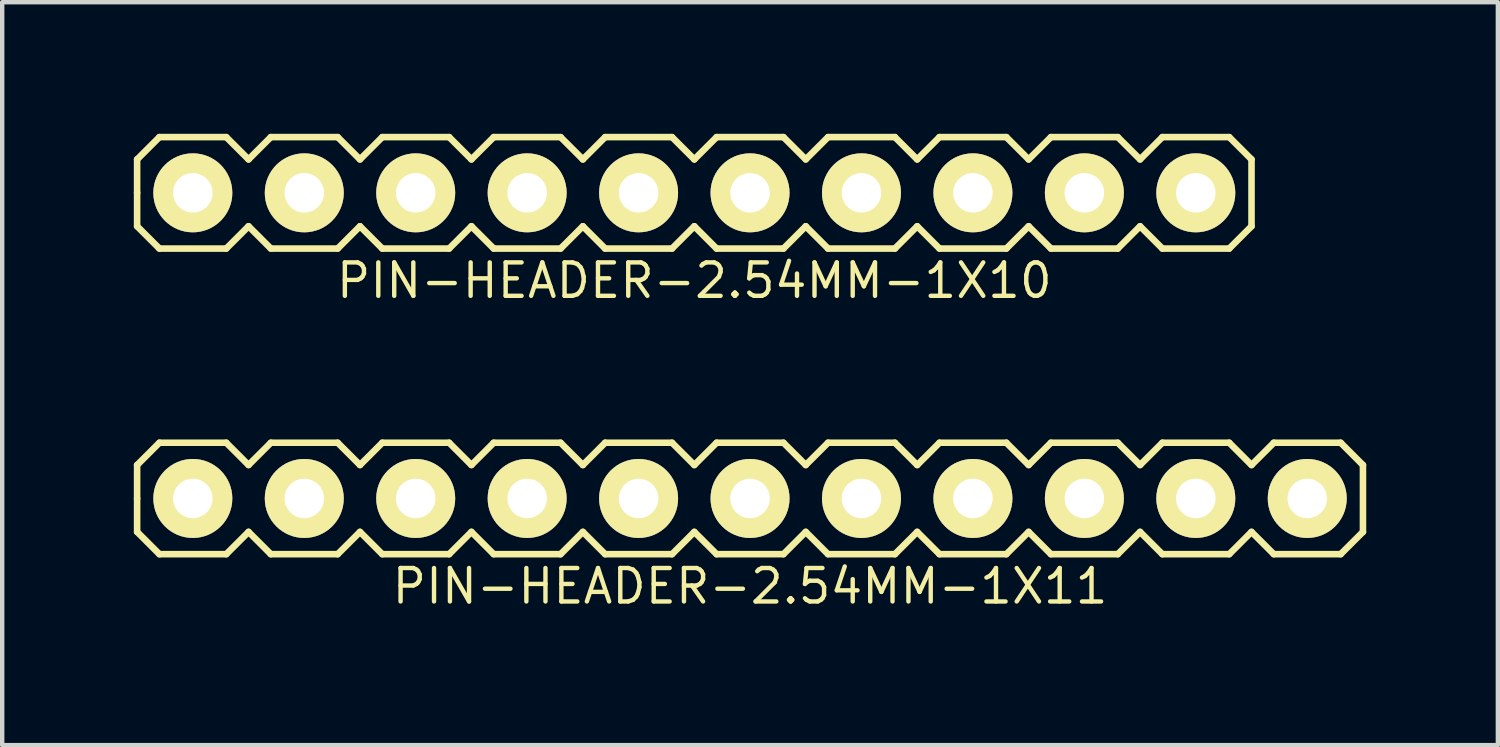
<source format=kicad_pcb>
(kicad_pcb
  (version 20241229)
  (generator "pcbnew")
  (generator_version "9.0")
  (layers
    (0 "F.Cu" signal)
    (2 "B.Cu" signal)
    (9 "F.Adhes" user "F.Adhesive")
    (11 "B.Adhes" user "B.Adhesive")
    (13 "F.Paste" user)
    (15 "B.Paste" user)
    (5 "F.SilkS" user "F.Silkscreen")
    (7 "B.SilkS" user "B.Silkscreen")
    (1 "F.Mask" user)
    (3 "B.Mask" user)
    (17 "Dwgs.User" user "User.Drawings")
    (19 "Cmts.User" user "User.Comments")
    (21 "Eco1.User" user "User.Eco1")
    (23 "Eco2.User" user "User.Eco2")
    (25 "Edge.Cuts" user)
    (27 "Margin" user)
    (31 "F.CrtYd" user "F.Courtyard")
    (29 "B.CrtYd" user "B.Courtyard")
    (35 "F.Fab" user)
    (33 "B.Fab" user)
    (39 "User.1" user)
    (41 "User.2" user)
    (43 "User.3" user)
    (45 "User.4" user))
  (footprint "PIN-HEADER-2.54MM-1X10"
    (layer "F.Cu")
    (at 12.775 1.345)
    (property "Reference" "PIN-HEADER-2.54MM-1X10" (at 0 2 0) (layer "F.SilkS") (effects (font (size 0.762 0.762) (thickness 0.1))))
    (attr through_hole)
    (fp_line (start -12.7 -0.762) (end -12.192 -1.27) (stroke (width 0.15) (type solid)) (layer "F.SilkS"))
    (fp_line (start -12.7 0) (end -12.7 -0.762) (stroke (width 0.15) (type solid)) (layer "F.SilkS"))
    (fp_line (start -12.7 0.762) (end -12.7 0) (stroke (width 0.15) (type solid)) (layer "F.SilkS"))
    (fp_line (start -12.192 -1.27) (end -10.668 -1.27) (stroke (width 0.15) (type solid)) (layer "F.SilkS"))
    (fp_line (start -12.192 1.27) (end -12.7 0.762) (stroke (width 0.15) (type solid)) (layer "F.SilkS"))
    (fp_line (start -10.668 -1.27) (end -10.16 -0.762) (stroke (width 0.15) (type solid)) (layer "F.SilkS"))
    (fp_line (start -10.668 1.27) (end -12.192 1.27) (stroke (width 0.15) (type solid)) (layer "F.SilkS"))
    (fp_line (start -10.16 -0.762) (end -9.652 -1.27) (stroke (width 0.15) (type solid)) (layer "F.SilkS"))
    (fp_line (start -10.16 0.762) (end -10.668 1.27) (stroke (width 0.15) (type solid)) (layer "F.SilkS"))
    (fp_line (start -9.652 -1.27) (end -8.128 -1.27) (stroke (width 0.15) (type solid)) (layer "F.SilkS"))
    (fp_line (start -9.652 1.27) (end -10.16 0.762) (stroke (width 0.15) (type solid)) (layer "F.SilkS"))
    (fp_line (start -8.128 -1.27) (end -7.62 -0.762) (stroke (width 0.15) (type solid)) (layer "F.SilkS"))
    (fp_line (start -8.128 1.27) (end -9.652 1.27) (stroke (width 0.15) (type solid)) (layer "F.SilkS"))
    (fp_line (start -7.62 -0.762) (end -7.112 -1.27) (stroke (width 0.15) (type solid)) (layer "F.SilkS"))
    (fp_line (start -7.62 0.762) (end -8.128 1.27) (stroke (width 0.15) (type solid)) (layer "F.SilkS"))
    (fp_line (start -7.112 -1.27) (end -5.588 -1.27) (stroke (width 0.15) (type solid)) (layer "F.SilkS"))
    (fp_line (start -7.112 1.27) (end -7.62 0.762) (stroke (width 0.15) (type solid)) (layer "F.SilkS"))
    (fp_line (start -5.588 -1.27) (end -5.08 -0.762) (stroke (width 0.15) (type solid)) (layer "F.SilkS"))
    (fp_line (start -5.588 1.27) (end -7.112 1.27) (stroke (width 0.15) (type solid)) (layer "F.SilkS"))
    (fp_line (start -5.08 -0.762) (end -4.572 -1.27) (stroke (width 0.15) (type solid)) (layer "F.SilkS"))
    (fp_line (start -5.08 0.762) (end -5.588 1.27) (stroke (width 0.15) (type solid)) (layer "F.SilkS"))
    (fp_line (start -4.572 -1.27) (end -3.048 -1.27) (stroke (width 0.15) (type solid)) (layer "F.SilkS"))
    (fp_line (start -4.572 1.27) (end -5.08 0.762) (stroke (width 0.15) (type solid)) (layer "F.SilkS"))
    (fp_line (start -3.048 -1.27) (end -2.54 -0.762) (stroke (width 0.15) (type solid)) (layer "F.SilkS"))
    (fp_line (start -3.048 1.27) (end -4.572 1.27) (stroke (width 0.15) (type solid)) (layer "F.SilkS"))
    (fp_line (start -2.54 -0.762) (end -2.032 -1.27) (stroke (width 0.15) (type solid)) (layer "F.SilkS"))
    (fp_line (start -2.54 0.762) (end -3.048 1.27) (stroke (width 0.15) (type solid)) (layer "F.SilkS"))
    (fp_line (start -2.032 -1.27) (end -0.508 -1.27) (stroke (width 0.15) (type solid)) (layer "F.SilkS"))
    (fp_line (start -2.032 1.27) (end -2.54 0.762) (stroke (width 0.15) (type solid)) (layer "F.SilkS"))
    (fp_line (start -0.508 -1.27) (end 0 -0.762) (stroke (width 0.15) (type solid)) (layer "F.SilkS"))
    (fp_line (start -0.508 1.27) (end -2.032 1.27) (stroke (width 0.15) (type solid)) (layer "F.SilkS"))
    (fp_line (start 0 -0.762) (end 0.508 -1.27) (stroke (width 0.15) (type solid)) (layer "F.SilkS"))
    (fp_line (start 0 0.762) (end -0.508 1.27) (stroke (width 0.15) (type solid)) (layer "F.SilkS"))
    (fp_line (start 0.508 -1.27) (end 2.032 -1.27) (stroke (width 0.15) (type solid)) (layer "F.SilkS"))
    (fp_line (start 0.508 1.27) (end 0 0.762) (stroke (width 0.15) (type solid)) (layer "F.SilkS"))
    (fp_line (start 2.032 -1.27) (end 2.54 -0.762) (stroke (width 0.15) (type solid)) (layer "F.SilkS"))
    (fp_line (start 2.032 1.27) (end 0.508 1.27) (stroke (width 0.15) (type solid)) (layer "F.SilkS"))
    (fp_line (start 2.54 -0.762) (end 3.048 -1.27) (stroke (width 0.15) (type solid)) (layer "F.SilkS"))
    (fp_line (start 2.54 0.762) (end 2.032 1.27) (stroke (width 0.15) (type solid)) (layer "F.SilkS"))
    (fp_line (start 3.048 -1.27) (end 4.572 -1.27) (stroke (width 0.15) (type solid)) (layer "F.SilkS"))
    (fp_line (start 3.048 1.27) (end 2.54 0.762) (stroke (width 0.15) (type solid)) (layer "F.SilkS"))
    (fp_line (start 4.572 -1.27) (end 5.08 -0.762) (stroke (width 0.15) (type solid)) (layer "F.SilkS"))
    (fp_line (start 4.572 1.27) (end 3.048 1.27) (stroke (width 0.15) (type solid)) (layer "F.SilkS"))
    (fp_line (start 5.08 -0.762) (end 5.588 -1.27) (stroke (width 0.15) (type solid)) (layer "F.SilkS"))
    (fp_line (start 5.08 0.762) (end 4.572 1.27) (stroke (width 0.15) (type solid)) (layer "F.SilkS"))
    (fp_line (start 5.588 -1.27) (end 7.112 -1.27) (stroke (width 0.15) (type solid)) (layer "F.SilkS"))
    (fp_line (start 5.588 1.27) (end 5.08 0.762) (stroke (width 0.15) (type solid)) (layer "F.SilkS"))
    (fp_line (start 7.112 -1.27) (end 7.62 -0.762) (stroke (width 0.15) (type solid)) (layer "F.SilkS"))
    (fp_line (start 7.112 1.27) (end 5.588 1.27) (stroke (width 0.15) (type solid)) (layer "F.SilkS"))
    (fp_line (start 7.62 -0.762) (end 8.128 -1.27) (stroke (width 0.15) (type solid)) (layer "F.SilkS"))
    (fp_line (start 7.62 0.762) (end 7.112 1.27) (stroke (width 0.15) (type solid)) (layer "F.SilkS"))
    (fp_line (start 8.128 -1.27) (end 9.652 -1.27) (stroke (width 0.15) (type solid)) (layer "F.SilkS"))
    (fp_line (start 8.128 1.27) (end 7.62 0.762) (stroke (width 0.15) (type solid)) (layer "F.SilkS"))
    (fp_line (start 9.652 -1.27) (end 10.16 -0.762) (stroke (width 0.15) (type solid)) (layer "F.SilkS"))
    (fp_line (start 9.652 1.27) (end 8.128 1.27) (stroke (width 0.15) (type solid)) (layer "F.SilkS"))
    (fp_line (start 10.16 -0.762) (end 10.668 -1.27) (stroke (width 0.15) (type solid)) (layer "F.SilkS"))
    (fp_line (start 10.16 0.762) (end 9.652 1.27) (stroke (width 0.15) (type solid)) (layer "F.SilkS"))
    (fp_line (start 10.668 -1.27) (end 12.192 -1.27) (stroke (width 0.15) (type solid)) (layer "F.SilkS"))
    (fp_line (start 10.668 1.27) (end 10.16 0.762) (stroke (width 0.15) (type solid)) (layer "F.SilkS"))
    (fp_line (start 12.192 -1.27) (end 12.7 -0.762) (stroke (width 0.15) (type solid)) (layer "F.SilkS"))
    (fp_line (start 12.192 1.27) (end 10.668 1.27) (stroke (width 0.15) (type solid)) (layer "F.SilkS"))
    (fp_line (start 12.7 -0.762) (end 12.7 0.762) (stroke (width 0.15) (type solid)) (layer "F.SilkS"))
    (fp_line (start 12.7 0.762) (end 12.192 1.27) (stroke (width 0.15) (type solid)) (layer "F.SilkS"))
    (pad "1" thru_hole circle (at -11.43 0) (size 1.8 1.8) (drill 0.9) (layers "*.Cu" "*.Mask" "F.SilkS"))
    (pad "2" thru_hole circle (at -8.89 0) (size 1.8 1.8) (drill 0.9) (layers "*.Cu" "*.Mask" "F.SilkS"))
    (pad "3" thru_hole circle (at -6.35 0) (size 1.8 1.8) (drill 0.9) (layers "*.Cu" "*.Mask" "F.SilkS"))
    (pad "4" thru_hole circle (at -3.81 0) (size 1.8 1.8) (drill 0.9) (layers "*.Cu" "*.Mask" "F.SilkS"))
    (pad "5" thru_hole circle (at -1.27 0) (size 1.8 1.8) (drill 0.9) (layers "*.Cu" "*.Mask" "F.SilkS"))
    (pad "6" thru_hole circle (at 1.27 0) (size 1.8 1.8) (drill 0.9) (layers "*.Cu" "*.Mask" "F.SilkS"))
    (pad "7" thru_hole circle (at 3.81 0) (size 1.8 1.8) (drill 0.9) (layers "*.Cu" "*.Mask" "F.SilkS"))
    (pad "8" thru_hole circle (at 6.35 0) (size 1.8 1.8) (drill 0.9) (layers "*.Cu" "*.Mask" "F.SilkS"))
    (pad "9" thru_hole circle (at 8.89 0) (size 1.8 1.8) (drill 0.9) (layers "*.Cu" "*.Mask" "F.SilkS"))
    (pad "10" thru_hole circle (at 11.43 0) (size 1.8 1.8) (drill 0.9) (layers "*.Cu" "*.Mask" "F.SilkS")))
  (footprint "PIN-HEADER-2.54MM-1X11"
    (layer "F.Cu")
    (at 14.045 8.311)
    (property "Reference" "PIN-HEADER-2.54MM-1X11" (at 0 2 0) (layer "F.SilkS") (effects (font (size 0.762 0.762) (thickness 0.1))))
    (attr through_hole)
    (fp_line (start -13.97 -0.762) (end -13.462 -1.27) (stroke (width 0.15) (type solid)) (layer "F.SilkS"))
    (fp_line (start -13.97 0) (end -13.97 -0.762) (stroke (width 0.15) (type solid)) (layer "F.SilkS"))
    (fp_line (start -13.97 0.762) (end -13.97 0) (stroke (width 0.15) (type solid)) (layer "F.SilkS"))
    (fp_line (start -13.462 -1.27) (end -11.938 -1.27) (stroke (width 0.15) (type solid)) (layer "F.SilkS"))
    (fp_line (start -13.462 1.27) (end -13.97 0.762) (stroke (width 0.15) (type solid)) (layer "F.SilkS"))
    (fp_line (start -11.938 -1.27) (end -11.43 -0.762) (stroke (width 0.15) (type solid)) (layer "F.SilkS"))
    (fp_line (start -11.938 1.27) (end -13.462 1.27) (stroke (width 0.15) (type solid)) (layer "F.SilkS"))
    (fp_line (start -11.43 -0.762) (end -10.922 -1.27) (stroke (width 0.15) (type solid)) (layer "F.SilkS"))
    (fp_line (start -11.43 0.762) (end -11.938 1.27) (stroke (width 0.15) (type solid)) (layer "F.SilkS"))
    (fp_line (start -10.922 -1.27) (end -9.398 -1.27) (stroke (width 0.15) (type solid)) (layer "F.SilkS"))
    (fp_line (start -10.922 1.27) (end -11.43 0.762) (stroke (width 0.15) (type solid)) (layer "F.SilkS"))
    (fp_line (start -9.398 -1.27) (end -8.89 -0.762) (stroke (width 0.15) (type solid)) (layer "F.SilkS"))
    (fp_line (start -9.398 1.27) (end -10.922 1.27) (stroke (width 0.15) (type solid)) (layer "F.SilkS"))
    (fp_line (start -8.89 -0.762) (end -8.382 -1.27) (stroke (width 0.15) (type solid)) (layer "F.SilkS"))
    (fp_line (start -8.89 0.762) (end -9.398 1.27) (stroke (width 0.15) (type solid)) (layer "F.SilkS"))
    (fp_line (start -8.382 -1.27) (end -6.858 -1.27) (stroke (width 0.15) (type solid)) (layer "F.SilkS"))
    (fp_line (start -8.382 1.27) (end -8.89 0.762) (stroke (width 0.15) (type solid)) (layer "F.SilkS"))
    (fp_line (start -6.858 -1.27) (end -6.35 -0.762) (stroke (width 0.15) (type solid)) (layer "F.SilkS"))
    (fp_line (start -6.858 1.27) (end -8.382 1.27) (stroke (width 0.15) (type solid)) (layer "F.SilkS"))
    (fp_line (start -6.35 -0.762) (end -5.842 -1.27) (stroke (width 0.15) (type solid)) (layer "F.SilkS"))
    (fp_line (start -6.35 0.762) (end -6.858 1.27) (stroke (width 0.15) (type solid)) (layer "F.SilkS"))
    (fp_line (start -5.842 -1.27) (end -4.318 -1.27) (stroke (width 0.15) (type solid)) (layer "F.SilkS"))
    (fp_line (start -5.842 1.27) (end -6.35 0.762) (stroke (width 0.15) (type solid)) (layer "F.SilkS"))
    (fp_line (start -4.318 -1.27) (end -3.81 -0.762) (stroke (width 0.15) (type solid)) (layer "F.SilkS"))
    (fp_line (start -4.318 1.27) (end -5.842 1.27) (stroke (width 0.15) (type solid)) (layer "F.SilkS"))
    (fp_line (start -3.81 -0.762) (end -3.302 -1.27) (stroke (width 0.15) (type solid)) (layer "F.SilkS"))
    (fp_line (start -3.81 0.762) (end -4.318 1.27) (stroke (width 0.15) (type solid)) (layer "F.SilkS"))
    (fp_line (start -3.302 -1.27) (end -1.778 -1.27) (stroke (width 0.15) (type solid)) (layer "F.SilkS"))
    (fp_line (start -3.302 1.27) (end -3.81 0.762) (stroke (width 0.15) (type solid)) (layer "F.SilkS"))
    (fp_line (start -1.778 -1.27) (end -1.27 -0.762) (stroke (width 0.15) (type solid)) (layer "F.SilkS"))
    (fp_line (start -1.778 1.27) (end -3.302 1.27) (stroke (width 0.15) (type solid)) (layer "F.SilkS"))
    (fp_line (start -1.27 -0.762) (end -0.762 -1.27) (stroke (width 0.15) (type solid)) (layer "F.SilkS"))
    (fp_line (start -1.27 0.762) (end -1.778 1.27) (stroke (width 0.15) (type solid)) (layer "F.SilkS"))
    (fp_line (start -0.762 -1.27) (end 0.762 -1.27) (stroke (width 0.15) (type solid)) (layer "F.SilkS"))
    (fp_line (start -0.762 1.27) (end -1.27 0.762) (stroke (width 0.15) (type solid)) (layer "F.SilkS"))
    (fp_line (start 0.762 -1.27) (end 1.27 -0.762) (stroke (width 0.15) (type solid)) (layer "F.SilkS"))
    (fp_line (start 0.762 1.27) (end -0.762 1.27) (stroke (width 0.15) (type solid)) (layer "F.SilkS"))
    (fp_line (start 1.27 -0.762) (end 1.778 -1.27) (stroke (width 0.15) (type solid)) (layer "F.SilkS"))
    (fp_line (start 1.27 0.762) (end 0.762 1.27) (stroke (width 0.15) (type solid)) (layer "F.SilkS"))
    (fp_line (start 1.778 -1.27) (end 3.302 -1.27) (stroke (width 0.15) (type solid)) (layer "F.SilkS"))
    (fp_line (start 1.778 1.27) (end 1.27 0.762) (stroke (width 0.15) (type solid)) (layer "F.SilkS"))
    (fp_line (start 3.302 -1.27) (end 3.81 -0.762) (stroke (width 0.15) (type solid)) (layer "F.SilkS"))
    (fp_line (start 3.302 1.27) (end 1.778 1.27) (stroke (width 0.15) (type solid)) (layer "F.SilkS"))
    (fp_line (start 3.81 -0.762) (end 4.318 -1.27) (stroke (width 0.15) (type solid)) (layer "F.SilkS"))
    (fp_line (start 3.81 0.762) (end 3.302 1.27) (stroke (width 0.15) (type solid)) (layer "F.SilkS"))
    (fp_line (start 4.318 -1.27) (end 5.842 -1.27) (stroke (width 0.15) (type solid)) (layer "F.SilkS"))
    (fp_line (start 4.318 1.27) (end 3.81 0.762) (stroke (width 0.15) (type solid)) (layer "F.SilkS"))
    (fp_line (start 5.842 -1.27) (end 6.35 -0.762) (stroke (width 0.15) (type solid)) (layer "F.SilkS"))
    (fp_line (start 5.842 1.27) (end 4.318 1.27) (stroke (width 0.15) (type solid)) (layer "F.SilkS"))
    (fp_line (start 6.35 -0.762) (end 6.858 -1.27) (stroke (width 0.15) (type solid)) (layer "F.SilkS"))
    (fp_line (start 6.35 0.762) (end 5.842 1.27) (stroke (width 0.15) (type solid)) (layer "F.SilkS"))
    (fp_line (start 6.858 -1.27) (end 8.382 -1.27) (stroke (width 0.15) (type solid)) (layer "F.SilkS"))
    (fp_line (start 6.858 1.27) (end 6.35 0.762) (stroke (width 0.15) (type solid)) (layer "F.SilkS"))
    (fp_line (start 8.382 -1.27) (end 8.89 -0.762) (stroke (width 0.15) (type solid)) (layer "F.SilkS"))
    (fp_line (start 8.382 1.27) (end 6.858 1.27) (stroke (width 0.15) (type solid)) (layer "F.SilkS"))
    (fp_line (start 8.89 -0.762) (end 9.398 -1.27) (stroke (width 0.15) (type solid)) (layer "F.SilkS"))
    (fp_line (start 8.89 0.762) (end 8.382 1.27) (stroke (width 0.15) (type solid)) (layer "F.SilkS"))
    (fp_line (start 9.398 -1.27) (end 10.922 -1.27) (stroke (width 0.15) (type solid)) (layer "F.SilkS"))
    (fp_line (start 9.398 1.27) (end 8.89 0.762) (stroke (width 0.15) (type solid)) (layer "F.SilkS"))
    (fp_line (start 10.922 -1.27) (end 11.43 -0.762) (stroke (width 0.15) (type solid)) (layer "F.SilkS"))
    (fp_line (start 10.922 1.27) (end 9.398 1.27) (stroke (width 0.15) (type solid)) (layer "F.SilkS"))
    (fp_line (start 11.43 -0.762) (end 11.938 -1.27) (stroke (width 0.15) (type solid)) (layer "F.SilkS"))
    (fp_line (start 11.43 0.762) (end 10.922 1.27) (stroke (width 0.15) (type solid)) (layer "F.SilkS"))
    (fp_line (start 11.938 -1.27) (end 13.462 -1.27) (stroke (width 0.15) (type solid)) (layer "F.SilkS"))
    (fp_line (start 11.938 1.27) (end 11.43 0.762) (stroke (width 0.15) (type solid)) (layer "F.SilkS"))
    (fp_line (start 13.462 -1.27) (end 13.97 -0.762) (stroke (width 0.15) (type solid)) (layer "F.SilkS"))
    (fp_line (start 13.462 1.27) (end 11.938 1.27) (stroke (width 0.15) (type solid)) (layer "F.SilkS"))
    (fp_line (start 13.97 -0.762) (end 13.97 0.762) (stroke (width 0.15) (type solid)) (layer "F.SilkS"))
    (fp_line (start 13.97 0.762) (end 13.462 1.27) (stroke (width 0.15) (type solid)) (layer "F.SilkS"))
    (pad "1" thru_hole circle (at -12.7 0) (size 1.8 1.8) (drill 0.9) (layers "*.Cu" "*.Mask" "F.SilkS"))
    (pad "2" thru_hole circle (at -10.16 0) (size 1.8 1.8) (drill 0.9) (layers "*.Cu" "*.Mask" "F.SilkS"))
    (pad "3" thru_hole circle (at -7.62 0) (size 1.8 1.8) (drill 0.9) (layers "*.Cu" "*.Mask" "F.SilkS"))
    (pad "4" thru_hole circle (at -5.08 0) (size 1.8 1.8) (drill 0.9) (layers "*.Cu" "*.Mask" "F.SilkS"))
    (pad "5" thru_hole circle (at -2.54 0) (size 1.8 1.8) (drill 0.9) (layers "*.Cu" "*.Mask" "F.SilkS"))
    (pad "6" thru_hole circle (at 0 0) (size 1.8 1.8) (drill 0.9) (layers "*.Cu" "*.Mask" "F.SilkS"))
    (pad "7" thru_hole circle (at 2.54 0) (size 1.8 1.8) (drill 0.9) (layers "*.Cu" "*.Mask" "F.SilkS"))
    (pad "8" thru_hole circle (at 5.08 0) (size 1.8 1.8) (drill 0.9) (layers "*.Cu" "*.Mask" "F.SilkS"))
    (pad "9" thru_hole circle (at 7.62 0) (size 1.8 1.8) (drill 0.9) (layers "*.Cu" "*.Mask" "F.SilkS"))
    (pad "10" thru_hole circle (at 10.16 0) (size 1.8 1.8) (drill 0.9) (layers "*.Cu" "*.Mask" "F.SilkS"))
    (pad "11" thru_hole circle (at 12.7 0) (size 1.8 1.8) (drill 0.9) (layers "*.Cu" "*.Mask" "F.SilkS")))
  (gr_rect
    (start -3 -3)
    (end 31.09 13.933)
    (stroke (width 0.1) (type default))
    (fill no)
    (layer "Edge.Cuts")))
</source>
